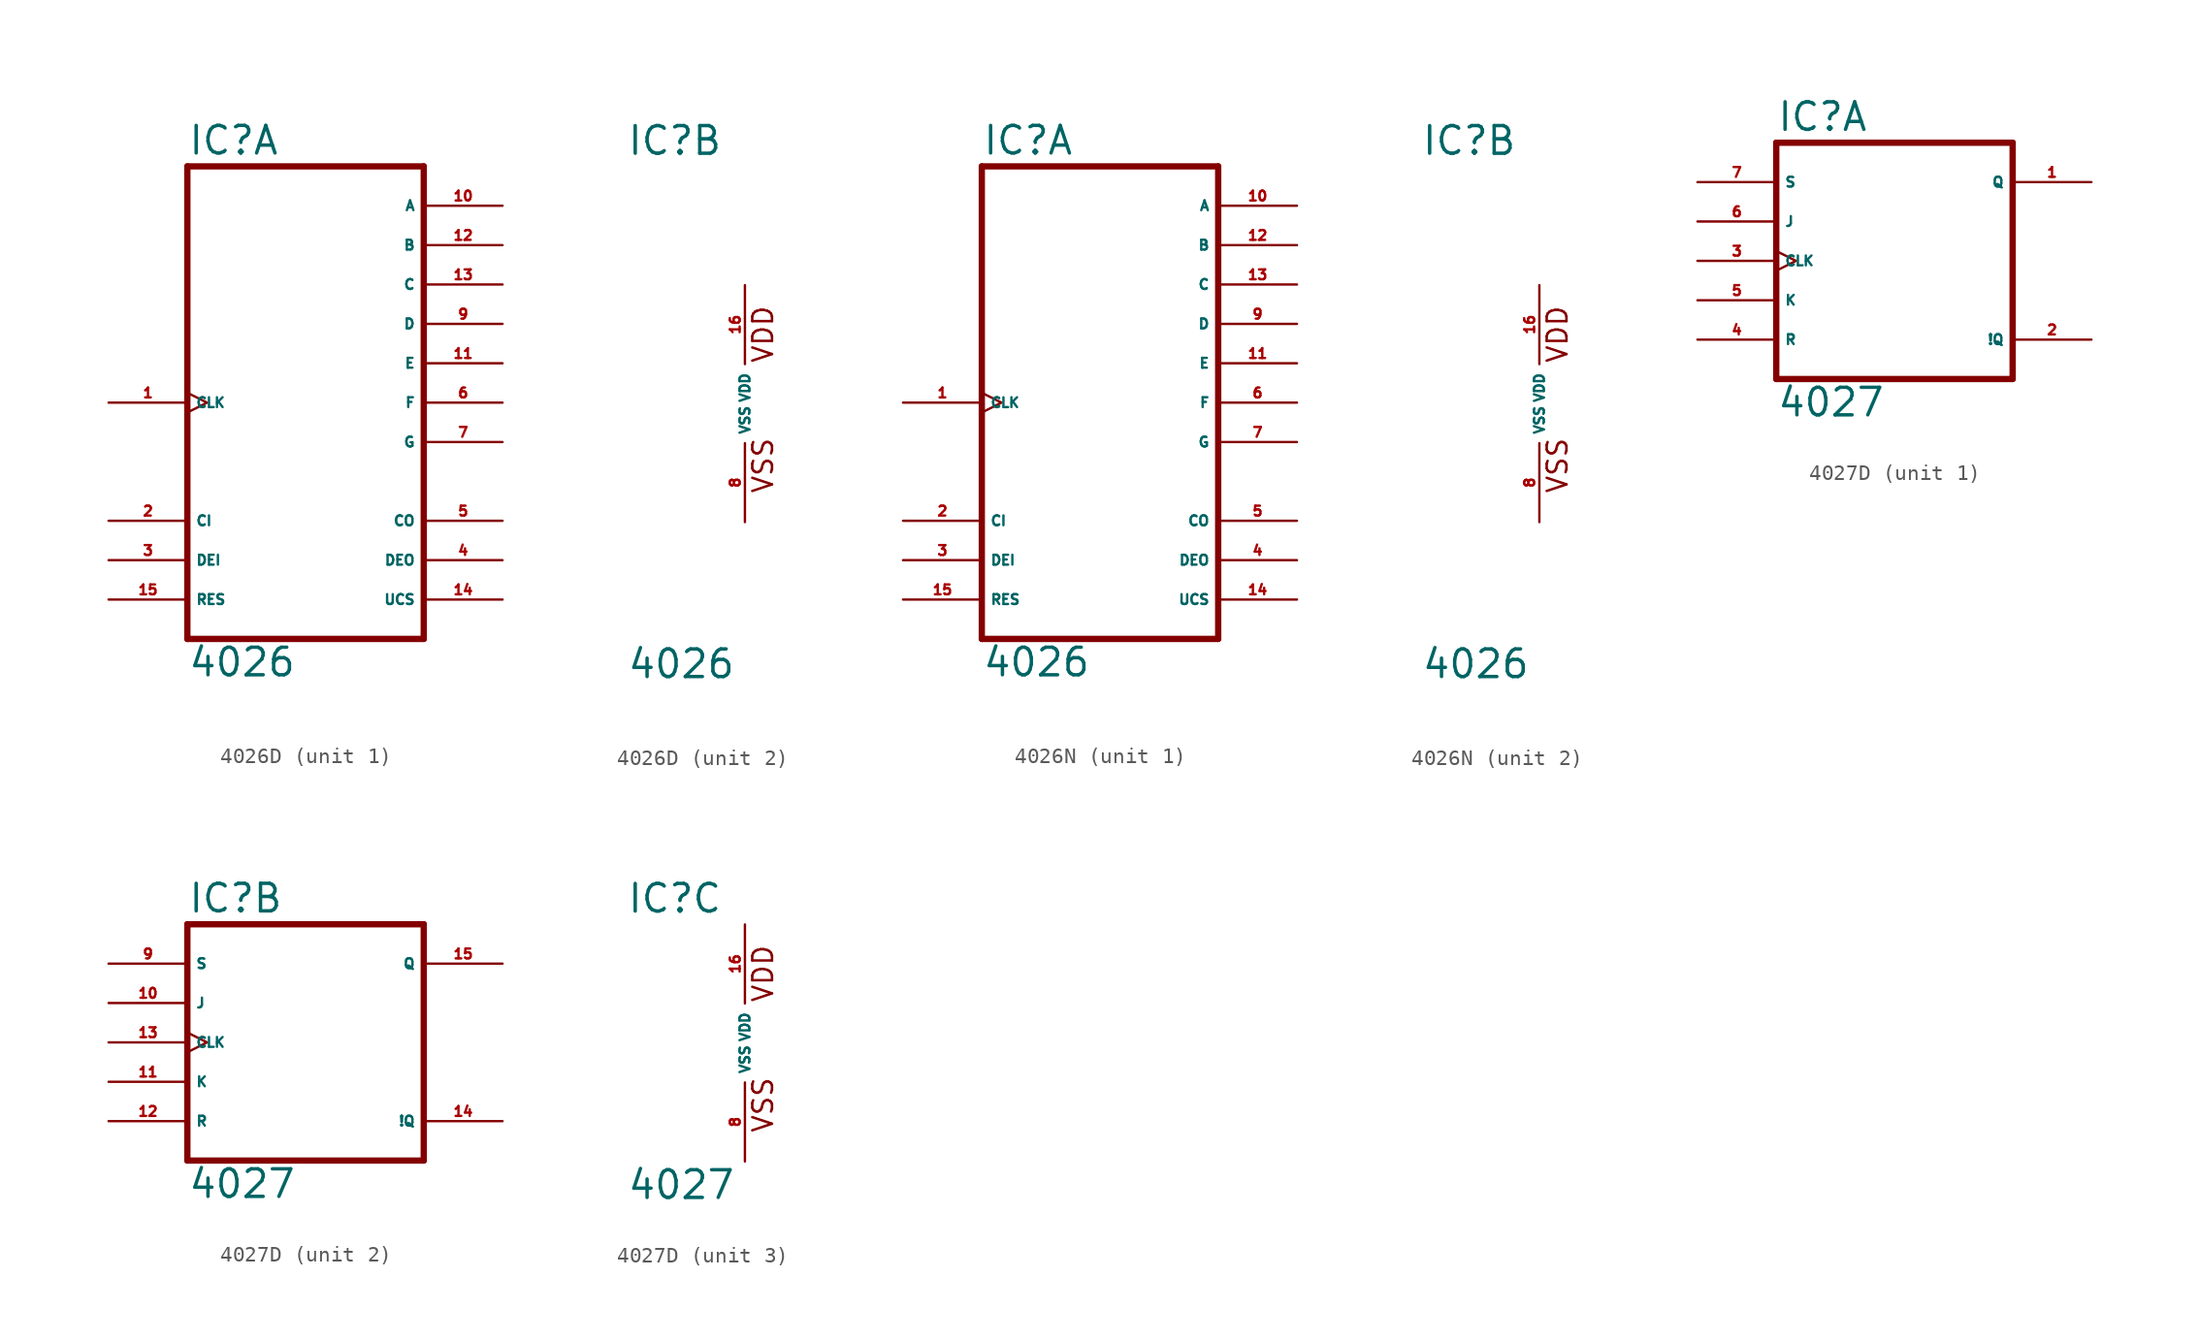
<source format=kicad_sym>
(kicad_symbol_lib
  (version 20220914)
  (generator Eagle2Kicad)
  (symbol "4026D"
    (property "Reference" "IC"
      (at -7.62 15.875 0)
      (effects (font (size 1.778 1.778) (thickness 0.22)) (justify left bottom)))
    (property "Value" "4026"
      (at -7.62 -17.78 0)
      (effects (font (size 1.778 1.778) (thickness 0.22)) (justify left bottom)))
    (symbol "4026D_1_0"
      (polyline (pts (xy -7.62 -15.24) (xy 7.62 -15.24)) (stroke (width 0.406) (type default)) (fill (type none)))
      (polyline (pts (xy 7.62 -15.24) (xy 7.62 15.24)) (stroke (width 0.406) (type default)) (fill (type none)))
      (polyline (pts (xy 7.62 15.24) (xy -7.62 15.24)) (stroke (width 0.406) (type default)) (fill (type none)))
      (polyline (pts (xy -7.62 15.24) (xy -7.62 -15.24)) (stroke (width 0.406) (type default)) (fill (type none)))
      (pin input clock (at -12.7 0 0) (length 5.08) (name "CLK" (effects (font (size 0.635 0.635) (thickness 0.08)) (justify left bottom))) (number "1" (effects (font (size 0.635 0.635) (thickness 0.08)) (justify left bottom))))
      (pin input line (at -12.7 -7.62 0) (length 5.08) (name "CI" (effects (font (size 0.635 0.635) (thickness 0.08)) (justify left bottom))) (number "2" (effects (font (size 0.635 0.635) (thickness 0.08)) (justify left bottom))))
      (pin input line (at -12.7 -10.16 0) (length 5.08) (name "DEI" (effects (font (size 0.635 0.635) (thickness 0.08)) (justify left bottom))) (number "3" (effects (font (size 0.635 0.635) (thickness 0.08)) (justify left bottom))))
      (pin output line (at 12.7 -10.16 180) (length 5.08) (name "DEO" (effects (font (size 0.635 0.635) (thickness 0.08)) (justify left bottom))) (number "4" (effects (font (size 0.635 0.635) (thickness 0.08)) (justify left bottom))))
      (pin output line (at 12.7 -7.62 180) (length 5.08) (name "CO" (effects (font (size 0.635 0.635) (thickness 0.08)) (justify left bottom))) (number "5" (effects (font (size 0.635 0.635) (thickness 0.08)) (justify left bottom))))
      (pin output line (at 12.7 0 180) (length 5.08) (name "F" (effects (font (size 0.635 0.635) (thickness 0.08)) (justify left bottom))) (number "6" (effects (font (size 0.635 0.635) (thickness 0.08)) (justify left bottom))))
      (pin output line (at 12.7 -2.54 180) (length 5.08) (name "G" (effects (font (size 0.635 0.635) (thickness 0.08)) (justify left bottom))) (number "7" (effects (font (size 0.635 0.635) (thickness 0.08)) (justify left bottom))))
      (pin output line (at 12.7 5.08 180) (length 5.08) (name "D" (effects (font (size 0.635 0.635) (thickness 0.08)) (justify left bottom))) (number "9" (effects (font (size 0.635 0.635) (thickness 0.08)) (justify left bottom))))
      (pin output line (at 12.7 12.7 180) (length 5.08) (name "A" (effects (font (size 0.635 0.635) (thickness 0.08)) (justify left bottom))) (number "10" (effects (font (size 0.635 0.635) (thickness 0.08)) (justify left bottom))))
      (pin output line (at 12.7 2.54 180) (length 5.08) (name "E" (effects (font (size 0.635 0.635) (thickness 0.08)) (justify left bottom))) (number "11" (effects (font (size 0.635 0.635) (thickness 0.08)) (justify left bottom))))
      (pin output line (at 12.7 10.16 180) (length 5.08) (name "B" (effects (font (size 0.635 0.635) (thickness 0.08)) (justify left bottom))) (number "12" (effects (font (size 0.635 0.635) (thickness 0.08)) (justify left bottom))))
      (pin output line (at 12.7 7.62 180) (length 5.08) (name "C" (effects (font (size 0.635 0.635) (thickness 0.08)) (justify left bottom))) (number "13" (effects (font (size 0.635 0.635) (thickness 0.08)) (justify left bottom))))
      (pin output line (at 12.7 -12.7 180) (length 5.08) (name "UCS" (effects (font (size 0.635 0.635) (thickness 0.08)) (justify left bottom))) (number "14" (effects (font (size 0.635 0.635) (thickness 0.08)) (justify left bottom))))
      (pin input line (at -12.7 -12.7 0) (length 5.08) (name "RES" (effects (font (size 0.635 0.635) (thickness 0.08)) (justify left bottom))) (number "15" (effects (font (size 0.635 0.635) (thickness 0.08)) (justify left bottom)))))
    (symbol "4026D_2_0"
      (text "VDD" (at 1.905 2.54 900) (effects (font (size 1.27 1.27) (thickness 0.16)) (justify left bottom)))
      (text "VSS" (at 1.905 -5.842 900) (effects (font (size 1.27 1.27) (thickness 0.16)) (justify left bottom)))
      (pin unspecified line (at 0 -7.62 90) (length 5.08) (name "VSS" (effects (font (size 0.635 0.635) (thickness 0.08)) (justify left bottom))) (number "8" (effects (font (size 0.635 0.635) (thickness 0.08)) (justify left bottom))))
      (pin unspecified line (at 0 7.62 270) (length 5.08) (name "VDD" (effects (font (size 0.635 0.635) (thickness 0.08)) (justify left bottom))) (number "16" (effects (font (size 0.635 0.635) (thickness 0.08)) (justify left bottom))))))
  (symbol "4026N"
    (property "Reference" "IC"
      (at -7.62 15.875 0)
      (effects (font (size 1.778 1.778) (thickness 0.22)) (justify left bottom)))
    (property "Value" "4026"
      (at -7.62 -17.78 0)
      (effects (font (size 1.778 1.778) (thickness 0.22)) (justify left bottom)))
    (symbol "4026N_1_0"
      (polyline (pts (xy -7.62 -15.24) (xy 7.62 -15.24)) (stroke (width 0.406) (type default)) (fill (type none)))
      (polyline (pts (xy 7.62 -15.24) (xy 7.62 15.24)) (stroke (width 0.406) (type default)) (fill (type none)))
      (polyline (pts (xy 7.62 15.24) (xy -7.62 15.24)) (stroke (width 0.406) (type default)) (fill (type none)))
      (polyline (pts (xy -7.62 15.24) (xy -7.62 -15.24)) (stroke (width 0.406) (type default)) (fill (type none)))
      (pin input clock (at -12.7 0 0) (length 5.08) (name "CLK" (effects (font (size 0.635 0.635) (thickness 0.08)) (justify left bottom))) (number "1" (effects (font (size 0.635 0.635) (thickness 0.08)) (justify left bottom))))
      (pin input line (at -12.7 -7.62 0) (length 5.08) (name "CI" (effects (font (size 0.635 0.635) (thickness 0.08)) (justify left bottom))) (number "2" (effects (font (size 0.635 0.635) (thickness 0.08)) (justify left bottom))))
      (pin input line (at -12.7 -10.16 0) (length 5.08) (name "DEI" (effects (font (size 0.635 0.635) (thickness 0.08)) (justify left bottom))) (number "3" (effects (font (size 0.635 0.635) (thickness 0.08)) (justify left bottom))))
      (pin output line (at 12.7 -10.16 180) (length 5.08) (name "DEO" (effects (font (size 0.635 0.635) (thickness 0.08)) (justify left bottom))) (number "4" (effects (font (size 0.635 0.635) (thickness 0.08)) (justify left bottom))))
      (pin output line (at 12.7 -7.62 180) (length 5.08) (name "CO" (effects (font (size 0.635 0.635) (thickness 0.08)) (justify left bottom))) (number "5" (effects (font (size 0.635 0.635) (thickness 0.08)) (justify left bottom))))
      (pin output line (at 12.7 0 180) (length 5.08) (name "F" (effects (font (size 0.635 0.635) (thickness 0.08)) (justify left bottom))) (number "6" (effects (font (size 0.635 0.635) (thickness 0.08)) (justify left bottom))))
      (pin output line (at 12.7 -2.54 180) (length 5.08) (name "G" (effects (font (size 0.635 0.635) (thickness 0.08)) (justify left bottom))) (number "7" (effects (font (size 0.635 0.635) (thickness 0.08)) (justify left bottom))))
      (pin output line (at 12.7 5.08 180) (length 5.08) (name "D" (effects (font (size 0.635 0.635) (thickness 0.08)) (justify left bottom))) (number "9" (effects (font (size 0.635 0.635) (thickness 0.08)) (justify left bottom))))
      (pin output line (at 12.7 12.7 180) (length 5.08) (name "A" (effects (font (size 0.635 0.635) (thickness 0.08)) (justify left bottom))) (number "10" (effects (font (size 0.635 0.635) (thickness 0.08)) (justify left bottom))))
      (pin output line (at 12.7 2.54 180) (length 5.08) (name "E" (effects (font (size 0.635 0.635) (thickness 0.08)) (justify left bottom))) (number "11" (effects (font (size 0.635 0.635) (thickness 0.08)) (justify left bottom))))
      (pin output line (at 12.7 10.16 180) (length 5.08) (name "B" (effects (font (size 0.635 0.635) (thickness 0.08)) (justify left bottom))) (number "12" (effects (font (size 0.635 0.635) (thickness 0.08)) (justify left bottom))))
      (pin output line (at 12.7 7.62 180) (length 5.08) (name "C" (effects (font (size 0.635 0.635) (thickness 0.08)) (justify left bottom))) (number "13" (effects (font (size 0.635 0.635) (thickness 0.08)) (justify left bottom))))
      (pin output line (at 12.7 -12.7 180) (length 5.08) (name "UCS" (effects (font (size 0.635 0.635) (thickness 0.08)) (justify left bottom))) (number "14" (effects (font (size 0.635 0.635) (thickness 0.08)) (justify left bottom))))
      (pin input line (at -12.7 -12.7 0) (length 5.08) (name "RES" (effects (font (size 0.635 0.635) (thickness 0.08)) (justify left bottom))) (number "15" (effects (font (size 0.635 0.635) (thickness 0.08)) (justify left bottom)))))
    (symbol "4026N_2_0"
      (text "VDD" (at 1.905 2.54 900) (effects (font (size 1.27 1.27) (thickness 0.16)) (justify left bottom)))
      (text "VSS" (at 1.905 -5.842 900) (effects (font (size 1.27 1.27) (thickness 0.16)) (justify left bottom)))
      (pin unspecified line (at 0 -7.62 90) (length 5.08) (name "VSS" (effects (font (size 0.635 0.635) (thickness 0.08)) (justify left bottom))) (number "8" (effects (font (size 0.635 0.635) (thickness 0.08)) (justify left bottom))))
      (pin unspecified line (at 0 7.62 270) (length 5.08) (name "VDD" (effects (font (size 0.635 0.635) (thickness 0.08)) (justify left bottom))) (number "16" (effects (font (size 0.635 0.635) (thickness 0.08)) (justify left bottom))))))
  (symbol "4027D"
    (property "Reference" "IC"
      (at -7.62 8.255 0)
      (effects (font (size 1.778 1.778) (thickness 0.22)) (justify left bottom)))
    (property "Value" "4027"
      (at -7.62 -10.16 0)
      (effects (font (size 1.778 1.778) (thickness 0.22)) (justify left bottom)))
    (symbol "4027D_1_0"
      (polyline (pts (xy -7.62 -7.62) (xy 7.62 -7.62)) (stroke (width 0.406) (type default)) (fill (type none)))
      (polyline (pts (xy 7.62 -7.62) (xy 7.62 7.62)) (stroke (width 0.406) (type default)) (fill (type none)))
      (polyline (pts (xy 7.62 7.62) (xy -7.62 7.62)) (stroke (width 0.406) (type default)) (fill (type none)))
      (polyline (pts (xy -7.62 7.62) (xy -7.62 -7.62)) (stroke (width 0.406) (type default)) (fill (type none)))
      (pin output line (at 12.7 5.08 180) (length 5.08) (name "Q" (effects (font (size 0.635 0.635) (thickness 0.08)) (justify left bottom))) (number "1" (effects (font (size 0.635 0.635) (thickness 0.08)) (justify left bottom))))
      (pin output line (at 12.7 -5.08 180) (length 5.08) (name "!Q" (effects (font (size 0.635 0.635) (thickness 0.08)) (justify left bottom))) (number "2" (effects (font (size 0.635 0.635) (thickness 0.08)) (justify left bottom))))
      (pin input clock (at -12.7 0 0) (length 5.08) (name "CLK" (effects (font (size 0.635 0.635) (thickness 0.08)) (justify left bottom))) (number "3" (effects (font (size 0.635 0.635) (thickness 0.08)) (justify left bottom))))
      (pin input line (at -12.7 -5.08 0) (length 5.08) (name "R" (effects (font (size 0.635 0.635) (thickness 0.08)) (justify left bottom))) (number "4" (effects (font (size 0.635 0.635) (thickness 0.08)) (justify left bottom))))
      (pin input line (at -12.7 -2.54 0) (length 5.08) (name "K" (effects (font (size 0.635 0.635) (thickness 0.08)) (justify left bottom))) (number "5" (effects (font (size 0.635 0.635) (thickness 0.08)) (justify left bottom))))
      (pin input line (at -12.7 2.54 0) (length 5.08) (name "J" (effects (font (size 0.635 0.635) (thickness 0.08)) (justify left bottom))) (number "6" (effects (font (size 0.635 0.635) (thickness 0.08)) (justify left bottom))))
      (pin input line (at -12.7 5.08 0) (length 5.08) (name "S" (effects (font (size 0.635 0.635) (thickness 0.08)) (justify left bottom))) (number "7" (effects (font (size 0.635 0.635) (thickness 0.08)) (justify left bottom)))))
    (symbol "4027D_2_0"
      (polyline (pts (xy -7.62 -7.62) (xy 7.62 -7.62)) (stroke (width 0.406) (type default)) (fill (type none)))
      (polyline (pts (xy 7.62 -7.62) (xy 7.62 7.62)) (stroke (width 0.406) (type default)) (fill (type none)))
      (polyline (pts (xy 7.62 7.62) (xy -7.62 7.62)) (stroke (width 0.406) (type default)) (fill (type none)))
      (polyline (pts (xy -7.62 7.62) (xy -7.62 -7.62)) (stroke (width 0.406) (type default)) (fill (type none)))
      (pin output line (at 12.7 5.08 180) (length 5.08) (name "Q" (effects (font (size 0.635 0.635) (thickness 0.08)) (justify left bottom))) (number "15" (effects (font (size 0.635 0.635) (thickness 0.08)) (justify left bottom))))
      (pin output line (at 12.7 -5.08 180) (length 5.08) (name "!Q" (effects (font (size 0.635 0.635) (thickness 0.08)) (justify left bottom))) (number "14" (effects (font (size 0.635 0.635) (thickness 0.08)) (justify left bottom))))
      (pin input clock (at -12.7 0 0) (length 5.08) (name "CLK" (effects (font (size 0.635 0.635) (thickness 0.08)) (justify left bottom))) (number "13" (effects (font (size 0.635 0.635) (thickness 0.08)) (justify left bottom))))
      (pin input line (at -12.7 -5.08 0) (length 5.08) (name "R" (effects (font (size 0.635 0.635) (thickness 0.08)) (justify left bottom))) (number "12" (effects (font (size 0.635 0.635) (thickness 0.08)) (justify left bottom))))
      (pin input line (at -12.7 -2.54 0) (length 5.08) (name "K" (effects (font (size 0.635 0.635) (thickness 0.08)) (justify left bottom))) (number "11" (effects (font (size 0.635 0.635) (thickness 0.08)) (justify left bottom))))
      (pin input line (at -12.7 2.54 0) (length 5.08) (name "J" (effects (font (size 0.635 0.635) (thickness 0.08)) (justify left bottom))) (number "10" (effects (font (size 0.635 0.635) (thickness 0.08)) (justify left bottom))))
      (pin input line (at -12.7 5.08 0) (length 5.08) (name "S" (effects (font (size 0.635 0.635) (thickness 0.08)) (justify left bottom))) (number "9" (effects (font (size 0.635 0.635) (thickness 0.08)) (justify left bottom)))))
    (symbol "4027D_3_0"
      (text "VDD" (at 1.905 2.54 900) (effects (font (size 1.27 1.27) (thickness 0.16)) (justify left bottom)))
      (text "VSS" (at 1.905 -5.842 900) (effects (font (size 1.27 1.27) (thickness 0.16)) (justify left bottom)))
      (pin unspecified line (at 0 -7.62 90) (length 5.08) (name "VSS" (effects (font (size 0.635 0.635) (thickness 0.08)) (justify left bottom))) (number "8" (effects (font (size 0.635 0.635) (thickness 0.08)) (justify left bottom))))
      (pin unspecified line (at 0 7.62 270) (length 5.08) (name "VDD" (effects (font (size 0.635 0.635) (thickness 0.08)) (justify left bottom))) (number "16" (effects (font (size 0.635 0.635) (thickness 0.08)) (justify left bottom)))))))
</source>
